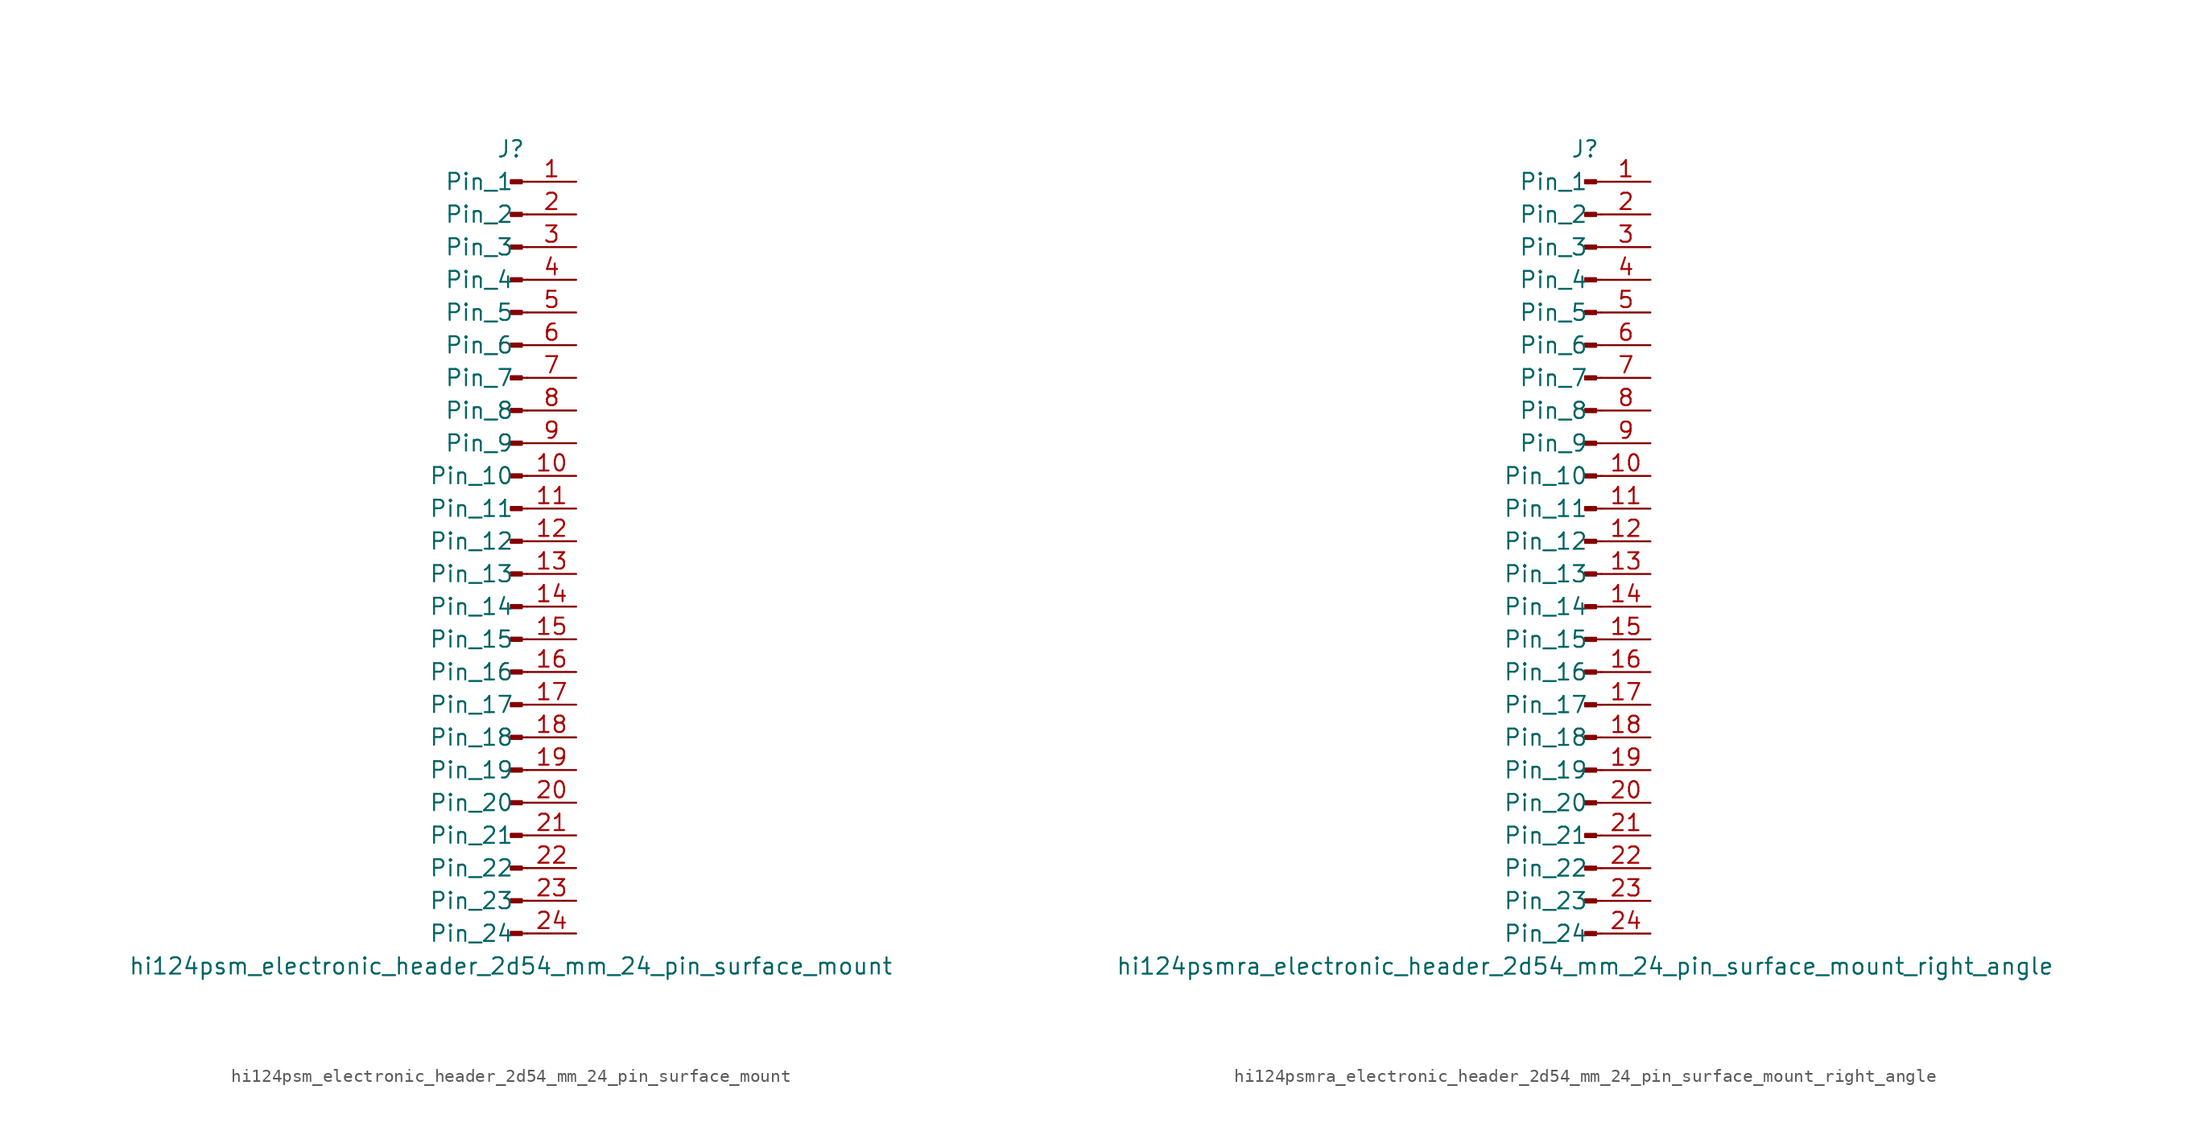
<source format=kicad_sym>
(kicad_symbol_lib
  (version 20220914)
  (generator kicad_symbol_editor)
  (symbol "hi124psm_electronic_header_2d54_mm_24_pin_surface_mount"
    (pin_names
      (offset 1.016))
    (property "Reference" "J"
      (at 0 30.48 0)
      (effects (font (size 1.27 1.27))))
    (property "Value" "hi124psm_electronic_header_2d54_mm_24_pin_surface_mount"
      (at 0 -33.02 0)
      (effects (font (size 1.27 1.27))))
    (property "ki_locked" ""
      (at 0 0 0)
      (effects (font (size 1.27 1.27))))
    (symbol "hi124psm_electronic_header_2d54_mm_24_pin_surface_mount_1_1"
      (polyline (pts (xy 1.27 -30.48) (xy 0.864 -30.48)) (stroke (width 0.152) (type default)) (fill (type none)))
      (polyline (pts (xy 1.27 -27.94) (xy 0.864 -27.94)) (stroke (width 0.152) (type default)) (fill (type none)))
      (polyline (pts (xy 1.27 -25.4) (xy 0.864 -25.4)) (stroke (width 0.152) (type default)) (fill (type none)))
      (polyline (pts (xy 1.27 -22.86) (xy 0.864 -22.86)) (stroke (width 0.152) (type default)) (fill (type none)))
      (polyline (pts (xy 1.27 -20.32) (xy 0.864 -20.32)) (stroke (width 0.152) (type default)) (fill (type none)))
      (polyline (pts (xy 1.27 -17.78) (xy 0.864 -17.78)) (stroke (width 0.152) (type default)) (fill (type none)))
      (polyline (pts (xy 1.27 -15.24) (xy 0.864 -15.24)) (stroke (width 0.152) (type default)) (fill (type none)))
      (polyline (pts (xy 1.27 -12.7) (xy 0.864 -12.7)) (stroke (width 0.152) (type default)) (fill (type none)))
      (polyline (pts (xy 1.27 -10.16) (xy 0.864 -10.16)) (stroke (width 0.152) (type default)) (fill (type none)))
      (polyline (pts (xy 1.27 -7.62) (xy 0.864 -7.62)) (stroke (width 0.152) (type default)) (fill (type none)))
      (polyline (pts (xy 1.27 -5.08) (xy 0.864 -5.08)) (stroke (width 0.152) (type default)) (fill (type none)))
      (polyline (pts (xy 1.27 -2.54) (xy 0.864 -2.54)) (stroke (width 0.152) (type default)) (fill (type none)))
      (polyline (pts (xy 1.27 0) (xy 0.864 0)) (stroke (width 0.152) (type default)) (fill (type none)))
      (polyline (pts (xy 1.27 2.54) (xy 0.864 2.54)) (stroke (width 0.152) (type default)) (fill (type none)))
      (polyline (pts (xy 1.27 5.08) (xy 0.864 5.08)) (stroke (width 0.152) (type default)) (fill (type none)))
      (polyline (pts (xy 1.27 7.62) (xy 0.864 7.62)) (stroke (width 0.152) (type default)) (fill (type none)))
      (polyline (pts (xy 1.27 10.16) (xy 0.864 10.16)) (stroke (width 0.152) (type default)) (fill (type none)))
      (polyline (pts (xy 1.27 12.7) (xy 0.864 12.7)) (stroke (width 0.152) (type default)) (fill (type none)))
      (polyline (pts (xy 1.27 15.24) (xy 0.864 15.24)) (stroke (width 0.152) (type default)) (fill (type none)))
      (polyline (pts (xy 1.27 17.78) (xy 0.864 17.78)) (stroke (width 0.152) (type default)) (fill (type none)))
      (polyline (pts (xy 1.27 20.32) (xy 0.864 20.32)) (stroke (width 0.152) (type default)) (fill (type none)))
      (polyline (pts (xy 1.27 22.86) (xy 0.864 22.86)) (stroke (width 0.152) (type default)) (fill (type none)))
      (polyline (pts (xy 1.27 25.4) (xy 0.864 25.4)) (stroke (width 0.152) (type default)) (fill (type none)))
      (polyline (pts (xy 1.27 27.94) (xy 0.864 27.94)) (stroke (width 0.152) (type default)) (fill (type none)))
      (rectangle (start 0.864 -30.353) (end 0 -30.607) (stroke (width 0.152) (type default)) (fill (type outline)))
      (rectangle (start 0.864 -27.813) (end 0 -28.067) (stroke (width 0.152) (type default)) (fill (type outline)))
      (rectangle (start 0.864 -25.273) (end 0 -25.527) (stroke (width 0.152) (type default)) (fill (type outline)))
      (rectangle (start 0.864 -22.733) (end 0 -22.987) (stroke (width 0.152) (type default)) (fill (type outline)))
      (rectangle (start 0.864 -20.193) (end 0 -20.447) (stroke (width 0.152) (type default)) (fill (type outline)))
      (rectangle (start 0.864 -17.653) (end 0 -17.907) (stroke (width 0.152) (type default)) (fill (type outline)))
      (rectangle (start 0.864 -15.113) (end 0 -15.367) (stroke (width 0.152) (type default)) (fill (type outline)))
      (rectangle (start 0.864 -12.573) (end 0 -12.827) (stroke (width 0.152) (type default)) (fill (type outline)))
      (rectangle (start 0.864 -10.033) (end 0 -10.287) (stroke (width 0.152) (type default)) (fill (type outline)))
      (rectangle (start 0.864 -7.493) (end 0 -7.747) (stroke (width 0.152) (type default)) (fill (type outline)))
      (rectangle (start 0.864 -4.953) (end 0 -5.207) (stroke (width 0.152) (type default)) (fill (type outline)))
      (rectangle (start 0.864 -2.413) (end 0 -2.667) (stroke (width 0.152) (type default)) (fill (type outline)))
      (rectangle (start 0.864 0.127) (end 0 -0.127) (stroke (width 0.152) (type default)) (fill (type outline)))
      (rectangle (start 0.864 2.667) (end 0 2.413) (stroke (width 0.152) (type default)) (fill (type outline)))
      (rectangle (start 0.864 5.207) (end 0 4.953) (stroke (width 0.152) (type default)) (fill (type outline)))
      (rectangle (start 0.864 7.747) (end 0 7.493) (stroke (width 0.152) (type default)) (fill (type outline)))
      (rectangle (start 0.864 10.287) (end 0 10.033) (stroke (width 0.152) (type default)) (fill (type outline)))
      (rectangle (start 0.864 12.827) (end 0 12.573) (stroke (width 0.152) (type default)) (fill (type outline)))
      (rectangle (start 0.864 15.367) (end 0 15.113) (stroke (width 0.152) (type default)) (fill (type outline)))
      (rectangle (start 0.864 17.907) (end 0 17.653) (stroke (width 0.152) (type default)) (fill (type outline)))
      (rectangle (start 0.864 20.447) (end 0 20.193) (stroke (width 0.152) (type default)) (fill (type outline)))
      (rectangle (start 0.864 22.987) (end 0 22.733) (stroke (width 0.152) (type default)) (fill (type outline)))
      (rectangle (start 0.864 25.527) (end 0 25.273) (stroke (width 0.152) (type default)) (fill (type outline)))
      (rectangle (start 0.864 28.067) (end 0 27.813) (stroke (width 0.152) (type default)) (fill (type outline)))
      (pin passive line (at 5.08 27.94 180) (length 3.81) (name "Pin_1" (effects (font (size 1.27 1.27)))) (number "1" (effects (font (size 1.27 1.27)))))
      (pin passive line (at 5.08 5.08 180) (length 3.81) (name "Pin_10" (effects (font (size 1.27 1.27)))) (number "10" (effects (font (size 1.27 1.27)))))
      (pin passive line (at 5.08 2.54 180) (length 3.81) (name "Pin_11" (effects (font (size 1.27 1.27)))) (number "11" (effects (font (size 1.27 1.27)))))
      (pin passive line (at 5.08 0 180) (length 3.81) (name "Pin_12" (effects (font (size 1.27 1.27)))) (number "12" (effects (font (size 1.27 1.27)))))
      (pin passive line (at 5.08 -2.54 180) (length 3.81) (name "Pin_13" (effects (font (size 1.27 1.27)))) (number "13" (effects (font (size 1.27 1.27)))))
      (pin passive line (at 5.08 -5.08 180) (length 3.81) (name "Pin_14" (effects (font (size 1.27 1.27)))) (number "14" (effects (font (size 1.27 1.27)))))
      (pin passive line (at 5.08 -7.62 180) (length 3.81) (name "Pin_15" (effects (font (size 1.27 1.27)))) (number "15" (effects (font (size 1.27 1.27)))))
      (pin passive line (at 5.08 -10.16 180) (length 3.81) (name "Pin_16" (effects (font (size 1.27 1.27)))) (number "16" (effects (font (size 1.27 1.27)))))
      (pin passive line (at 5.08 -12.7 180) (length 3.81) (name "Pin_17" (effects (font (size 1.27 1.27)))) (number "17" (effects (font (size 1.27 1.27)))))
      (pin passive line (at 5.08 -15.24 180) (length 3.81) (name "Pin_18" (effects (font (size 1.27 1.27)))) (number "18" (effects (font (size 1.27 1.27)))))
      (pin passive line (at 5.08 -17.78 180) (length 3.81) (name "Pin_19" (effects (font (size 1.27 1.27)))) (number "19" (effects (font (size 1.27 1.27)))))
      (pin passive line (at 5.08 25.4 180) (length 3.81) (name "Pin_2" (effects (font (size 1.27 1.27)))) (number "2" (effects (font (size 1.27 1.27)))))
      (pin passive line (at 5.08 -20.32 180) (length 3.81) (name "Pin_20" (effects (font (size 1.27 1.27)))) (number "20" (effects (font (size 1.27 1.27)))))
      (pin passive line (at 5.08 -22.86 180) (length 3.81) (name "Pin_21" (effects (font (size 1.27 1.27)))) (number "21" (effects (font (size 1.27 1.27)))))
      (pin passive line (at 5.08 -25.4 180) (length 3.81) (name "Pin_22" (effects (font (size 1.27 1.27)))) (number "22" (effects (font (size 1.27 1.27)))))
      (pin passive line (at 5.08 -27.94 180) (length 3.81) (name "Pin_23" (effects (font (size 1.27 1.27)))) (number "23" (effects (font (size 1.27 1.27)))))
      (pin passive line (at 5.08 -30.48 180) (length 3.81) (name "Pin_24" (effects (font (size 1.27 1.27)))) (number "24" (effects (font (size 1.27 1.27)))))
      (pin passive line (at 5.08 22.86 180) (length 3.81) (name "Pin_3" (effects (font (size 1.27 1.27)))) (number "3" (effects (font (size 1.27 1.27)))))
      (pin passive line (at 5.08 20.32 180) (length 3.81) (name "Pin_4" (effects (font (size 1.27 1.27)))) (number "4" (effects (font (size 1.27 1.27)))))
      (pin passive line (at 5.08 17.78 180) (length 3.81) (name "Pin_5" (effects (font (size 1.27 1.27)))) (number "5" (effects (font (size 1.27 1.27)))))
      (pin passive line (at 5.08 15.24 180) (length 3.81) (name "Pin_6" (effects (font (size 1.27 1.27)))) (number "6" (effects (font (size 1.27 1.27)))))
      (pin passive line (at 5.08 12.7 180) (length 3.81) (name "Pin_7" (effects (font (size 1.27 1.27)))) (number "7" (effects (font (size 1.27 1.27)))))
      (pin passive line (at 5.08 10.16 180) (length 3.81) (name "Pin_8" (effects (font (size 1.27 1.27)))) (number "8" (effects (font (size 1.27 1.27)))))
      (pin passive line (at 5.08 7.62 180) (length 3.81) (name "Pin_9" (effects (font (size 1.27 1.27)))) (number "9" (effects (font (size 1.27 1.27)))))))
  (symbol "hi124psmra_electronic_header_2d54_mm_24_pin_surface_mount_right_angle"
    (pin_names
      (offset 1.016))
    (property "Reference" "J"
      (at 0 30.48 0)
      (effects (font (size 1.27 1.27))))
    (property "Value" "hi124psmra_electronic_header_2d54_mm_24_pin_surface_mount_right_angle"
      (at 0 -33.02 0)
      (effects (font (size 1.27 1.27))))
    (property "ki_locked" ""
      (at 0 0 0)
      (effects (font (size 1.27 1.27))))
    (symbol "hi124psmra_electronic_header_2d54_mm_24_pin_surface_mount_right_angle_1_1"
      (polyline (pts (xy 1.27 -30.48) (xy 0.864 -30.48)) (stroke (width 0.152) (type default)) (fill (type none)))
      (polyline (pts (xy 1.27 -27.94) (xy 0.864 -27.94)) (stroke (width 0.152) (type default)) (fill (type none)))
      (polyline (pts (xy 1.27 -25.4) (xy 0.864 -25.4)) (stroke (width 0.152) (type default)) (fill (type none)))
      (polyline (pts (xy 1.27 -22.86) (xy 0.864 -22.86)) (stroke (width 0.152) (type default)) (fill (type none)))
      (polyline (pts (xy 1.27 -20.32) (xy 0.864 -20.32)) (stroke (width 0.152) (type default)) (fill (type none)))
      (polyline (pts (xy 1.27 -17.78) (xy 0.864 -17.78)) (stroke (width 0.152) (type default)) (fill (type none)))
      (polyline (pts (xy 1.27 -15.24) (xy 0.864 -15.24)) (stroke (width 0.152) (type default)) (fill (type none)))
      (polyline (pts (xy 1.27 -12.7) (xy 0.864 -12.7)) (stroke (width 0.152) (type default)) (fill (type none)))
      (polyline (pts (xy 1.27 -10.16) (xy 0.864 -10.16)) (stroke (width 0.152) (type default)) (fill (type none)))
      (polyline (pts (xy 1.27 -7.62) (xy 0.864 -7.62)) (stroke (width 0.152) (type default)) (fill (type none)))
      (polyline (pts (xy 1.27 -5.08) (xy 0.864 -5.08)) (stroke (width 0.152) (type default)) (fill (type none)))
      (polyline (pts (xy 1.27 -2.54) (xy 0.864 -2.54)) (stroke (width 0.152) (type default)) (fill (type none)))
      (polyline (pts (xy 1.27 0) (xy 0.864 0)) (stroke (width 0.152) (type default)) (fill (type none)))
      (polyline (pts (xy 1.27 2.54) (xy 0.864 2.54)) (stroke (width 0.152) (type default)) (fill (type none)))
      (polyline (pts (xy 1.27 5.08) (xy 0.864 5.08)) (stroke (width 0.152) (type default)) (fill (type none)))
      (polyline (pts (xy 1.27 7.62) (xy 0.864 7.62)) (stroke (width 0.152) (type default)) (fill (type none)))
      (polyline (pts (xy 1.27 10.16) (xy 0.864 10.16)) (stroke (width 0.152) (type default)) (fill (type none)))
      (polyline (pts (xy 1.27 12.7) (xy 0.864 12.7)) (stroke (width 0.152) (type default)) (fill (type none)))
      (polyline (pts (xy 1.27 15.24) (xy 0.864 15.24)) (stroke (width 0.152) (type default)) (fill (type none)))
      (polyline (pts (xy 1.27 17.78) (xy 0.864 17.78)) (stroke (width 0.152) (type default)) (fill (type none)))
      (polyline (pts (xy 1.27 20.32) (xy 0.864 20.32)) (stroke (width 0.152) (type default)) (fill (type none)))
      (polyline (pts (xy 1.27 22.86) (xy 0.864 22.86)) (stroke (width 0.152) (type default)) (fill (type none)))
      (polyline (pts (xy 1.27 25.4) (xy 0.864 25.4)) (stroke (width 0.152) (type default)) (fill (type none)))
      (polyline (pts (xy 1.27 27.94) (xy 0.864 27.94)) (stroke (width 0.152) (type default)) (fill (type none)))
      (rectangle (start 0.864 -30.353) (end 0 -30.607) (stroke (width 0.152) (type default)) (fill (type outline)))
      (rectangle (start 0.864 -27.813) (end 0 -28.067) (stroke (width 0.152) (type default)) (fill (type outline)))
      (rectangle (start 0.864 -25.273) (end 0 -25.527) (stroke (width 0.152) (type default)) (fill (type outline)))
      (rectangle (start 0.864 -22.733) (end 0 -22.987) (stroke (width 0.152) (type default)) (fill (type outline)))
      (rectangle (start 0.864 -20.193) (end 0 -20.447) (stroke (width 0.152) (type default)) (fill (type outline)))
      (rectangle (start 0.864 -17.653) (end 0 -17.907) (stroke (width 0.152) (type default)) (fill (type outline)))
      (rectangle (start 0.864 -15.113) (end 0 -15.367) (stroke (width 0.152) (type default)) (fill (type outline)))
      (rectangle (start 0.864 -12.573) (end 0 -12.827) (stroke (width 0.152) (type default)) (fill (type outline)))
      (rectangle (start 0.864 -10.033) (end 0 -10.287) (stroke (width 0.152) (type default)) (fill (type outline)))
      (rectangle (start 0.864 -7.493) (end 0 -7.747) (stroke (width 0.152) (type default)) (fill (type outline)))
      (rectangle (start 0.864 -4.953) (end 0 -5.207) (stroke (width 0.152) (type default)) (fill (type outline)))
      (rectangle (start 0.864 -2.413) (end 0 -2.667) (stroke (width 0.152) (type default)) (fill (type outline)))
      (rectangle (start 0.864 0.127) (end 0 -0.127) (stroke (width 0.152) (type default)) (fill (type outline)))
      (rectangle (start 0.864 2.667) (end 0 2.413) (stroke (width 0.152) (type default)) (fill (type outline)))
      (rectangle (start 0.864 5.207) (end 0 4.953) (stroke (width 0.152) (type default)) (fill (type outline)))
      (rectangle (start 0.864 7.747) (end 0 7.493) (stroke (width 0.152) (type default)) (fill (type outline)))
      (rectangle (start 0.864 10.287) (end 0 10.033) (stroke (width 0.152) (type default)) (fill (type outline)))
      (rectangle (start 0.864 12.827) (end 0 12.573) (stroke (width 0.152) (type default)) (fill (type outline)))
      (rectangle (start 0.864 15.367) (end 0 15.113) (stroke (width 0.152) (type default)) (fill (type outline)))
      (rectangle (start 0.864 17.907) (end 0 17.653) (stroke (width 0.152) (type default)) (fill (type outline)))
      (rectangle (start 0.864 20.447) (end 0 20.193) (stroke (width 0.152) (type default)) (fill (type outline)))
      (rectangle (start 0.864 22.987) (end 0 22.733) (stroke (width 0.152) (type default)) (fill (type outline)))
      (rectangle (start 0.864 25.527) (end 0 25.273) (stroke (width 0.152) (type default)) (fill (type outline)))
      (rectangle (start 0.864 28.067) (end 0 27.813) (stroke (width 0.152) (type default)) (fill (type outline)))
      (pin passive line (at 5.08 27.94 180) (length 3.81) (name "Pin_1" (effects (font (size 1.27 1.27)))) (number "1" (effects (font (size 1.27 1.27)))))
      (pin passive line (at 5.08 5.08 180) (length 3.81) (name "Pin_10" (effects (font (size 1.27 1.27)))) (number "10" (effects (font (size 1.27 1.27)))))
      (pin passive line (at 5.08 2.54 180) (length 3.81) (name "Pin_11" (effects (font (size 1.27 1.27)))) (number "11" (effects (font (size 1.27 1.27)))))
      (pin passive line (at 5.08 0 180) (length 3.81) (name "Pin_12" (effects (font (size 1.27 1.27)))) (number "12" (effects (font (size 1.27 1.27)))))
      (pin passive line (at 5.08 -2.54 180) (length 3.81) (name "Pin_13" (effects (font (size 1.27 1.27)))) (number "13" (effects (font (size 1.27 1.27)))))
      (pin passive line (at 5.08 -5.08 180) (length 3.81) (name "Pin_14" (effects (font (size 1.27 1.27)))) (number "14" (effects (font (size 1.27 1.27)))))
      (pin passive line (at 5.08 -7.62 180) (length 3.81) (name "Pin_15" (effects (font (size 1.27 1.27)))) (number "15" (effects (font (size 1.27 1.27)))))
      (pin passive line (at 5.08 -10.16 180) (length 3.81) (name "Pin_16" (effects (font (size 1.27 1.27)))) (number "16" (effects (font (size 1.27 1.27)))))
      (pin passive line (at 5.08 -12.7 180) (length 3.81) (name "Pin_17" (effects (font (size 1.27 1.27)))) (number "17" (effects (font (size 1.27 1.27)))))
      (pin passive line (at 5.08 -15.24 180) (length 3.81) (name "Pin_18" (effects (font (size 1.27 1.27)))) (number "18" (effects (font (size 1.27 1.27)))))
      (pin passive line (at 5.08 -17.78 180) (length 3.81) (name "Pin_19" (effects (font (size 1.27 1.27)))) (number "19" (effects (font (size 1.27 1.27)))))
      (pin passive line (at 5.08 25.4 180) (length 3.81) (name "Pin_2" (effects (font (size 1.27 1.27)))) (number "2" (effects (font (size 1.27 1.27)))))
      (pin passive line (at 5.08 -20.32 180) (length 3.81) (name "Pin_20" (effects (font (size 1.27 1.27)))) (number "20" (effects (font (size 1.27 1.27)))))
      (pin passive line (at 5.08 -22.86 180) (length 3.81) (name "Pin_21" (effects (font (size 1.27 1.27)))) (number "21" (effects (font (size 1.27 1.27)))))
      (pin passive line (at 5.08 -25.4 180) (length 3.81) (name "Pin_22" (effects (font (size 1.27 1.27)))) (number "22" (effects (font (size 1.27 1.27)))))
      (pin passive line (at 5.08 -27.94 180) (length 3.81) (name "Pin_23" (effects (font (size 1.27 1.27)))) (number "23" (effects (font (size 1.27 1.27)))))
      (pin passive line (at 5.08 -30.48 180) (length 3.81) (name "Pin_24" (effects (font (size 1.27 1.27)))) (number "24" (effects (font (size 1.27 1.27)))))
      (pin passive line (at 5.08 22.86 180) (length 3.81) (name "Pin_3" (effects (font (size 1.27 1.27)))) (number "3" (effects (font (size 1.27 1.27)))))
      (pin passive line (at 5.08 20.32 180) (length 3.81) (name "Pin_4" (effects (font (size 1.27 1.27)))) (number "4" (effects (font (size 1.27 1.27)))))
      (pin passive line (at 5.08 17.78 180) (length 3.81) (name "Pin_5" (effects (font (size 1.27 1.27)))) (number "5" (effects (font (size 1.27 1.27)))))
      (pin passive line (at 5.08 15.24 180) (length 3.81) (name "Pin_6" (effects (font (size 1.27 1.27)))) (number "6" (effects (font (size 1.27 1.27)))))
      (pin passive line (at 5.08 12.7 180) (length 3.81) (name "Pin_7" (effects (font (size 1.27 1.27)))) (number "7" (effects (font (size 1.27 1.27)))))
      (pin passive line (at 5.08 10.16 180) (length 3.81) (name "Pin_8" (effects (font (size 1.27 1.27)))) (number "8" (effects (font (size 1.27 1.27)))))
      (pin passive line (at 5.08 7.62 180) (length 3.81) (name "Pin_9" (effects (font (size 1.27 1.27)))) (number "9" (effects (font (size 1.27 1.27))))))))
</source>
